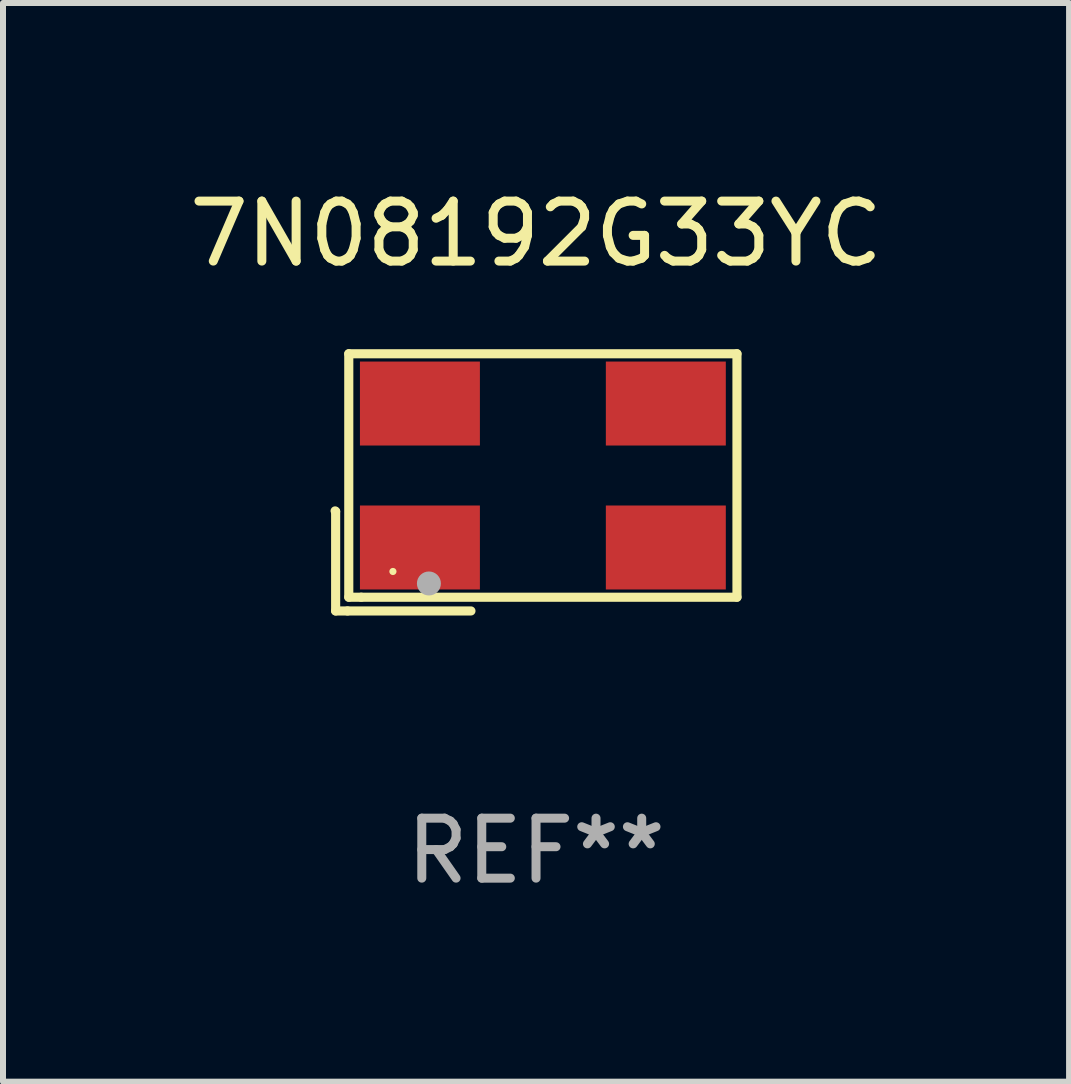
<source format=kicad_pcb>
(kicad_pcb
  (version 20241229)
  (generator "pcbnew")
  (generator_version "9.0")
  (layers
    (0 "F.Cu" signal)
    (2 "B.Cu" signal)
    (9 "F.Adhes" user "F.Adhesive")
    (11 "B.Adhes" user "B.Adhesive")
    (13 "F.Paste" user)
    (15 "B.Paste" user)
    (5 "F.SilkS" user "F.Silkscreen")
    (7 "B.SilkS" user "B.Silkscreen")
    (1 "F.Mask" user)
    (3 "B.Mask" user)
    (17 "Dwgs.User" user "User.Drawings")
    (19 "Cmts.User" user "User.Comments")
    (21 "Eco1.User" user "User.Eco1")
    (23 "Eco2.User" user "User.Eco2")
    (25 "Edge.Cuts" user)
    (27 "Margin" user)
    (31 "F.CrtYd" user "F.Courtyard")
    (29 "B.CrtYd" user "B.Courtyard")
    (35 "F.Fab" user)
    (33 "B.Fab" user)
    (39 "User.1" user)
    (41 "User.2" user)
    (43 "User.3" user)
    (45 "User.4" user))
  (footprint "7N08192G33YC"
    (layer "F.Cu")
    (at 5.887 4.992)
    (property "Reference" "7N08192G33YC" (at 0 -4.144 0) (layer "F.SilkS") (effects (font (size 1 1) (thickness 0.15))))
    (attr through_hole)
    (fp_line (start -3.35 0.476) (end -3.341 0.485) (stroke (width 0.152) (type solid)) (layer "F.SilkS"))
    (fp_line (start -3.341 0.485) (end -3.341 2.144) (stroke (width 0.152) (type solid)) (layer "F.SilkS"))
    (fp_line (start -3.341 2.144) (end -3.143 2.144) (stroke (width 0.152) (type solid)) (layer "F.SilkS"))
    (fp_line (start -3.143 2.144) (end -1.085 2.144) (stroke (width 0.152) (type solid)) (layer "F.SilkS"))
    (fp_line (start -3.122 -2.144) (end 3.35 -2.144) (stroke (width 0.152) (type solid)) (layer "F.SilkS"))
    (fp_line (start -3.122 1.915) (end -3.122 -2.144) (stroke (width 0.152) (type solid)) (layer "F.SilkS"))
    (fp_line (start -2.914 1.915) (end -3.122 1.915) (stroke (width 0.152) (type solid)) (layer "F.SilkS"))
    (fp_line (start 3.35 -2.144) (end 3.35 1.915) (stroke (width 0.152) (type solid)) (layer "F.SilkS"))
    (fp_line (start 3.35 1.915) (end -2.914 1.915) (stroke (width 0.152) (type solid)) (layer "F.SilkS"))
    (fp_circle (center -2.386 1.486) (end -2.356 1.486) (stroke (width 0.06) (type solid)) (fill no) (layer "F.SilkS"))
    (fp_circle (center -1.786 1.686) (end -1.686 1.686) (stroke (width 0.2) (type solid)) (fill no) (layer "F.Fab"))
    (fp_text user "REF**" (at 0 6.144 0) (layer "F.Fab") (effects (font (size 1 1) (thickness 0.15))))
    (pad "1" smd rect (at -1.936 1.086) (size 2 1.4) (layers "F.Cu" "F.Mask" "F.Paste"))
    (pad "2" smd rect (at 2.164 1.086) (size 2 1.4) (layers "F.Cu" "F.Mask" "F.Paste"))
    (pad "3" smd rect (at 2.164 -1.314) (size 2 1.4) (layers "F.Cu" "F.Mask" "F.Paste"))
    (pad "4" smd rect (at -1.936 -1.314) (size 2 1.4) (layers "F.Cu" "F.Mask" "F.Paste")))
  (gr_rect
    (start -3 -3)
    (end 14.774 14.984)
    (stroke (width 0.1) (type default))
    (fill no)
    (layer "Edge.Cuts")))
</source>
